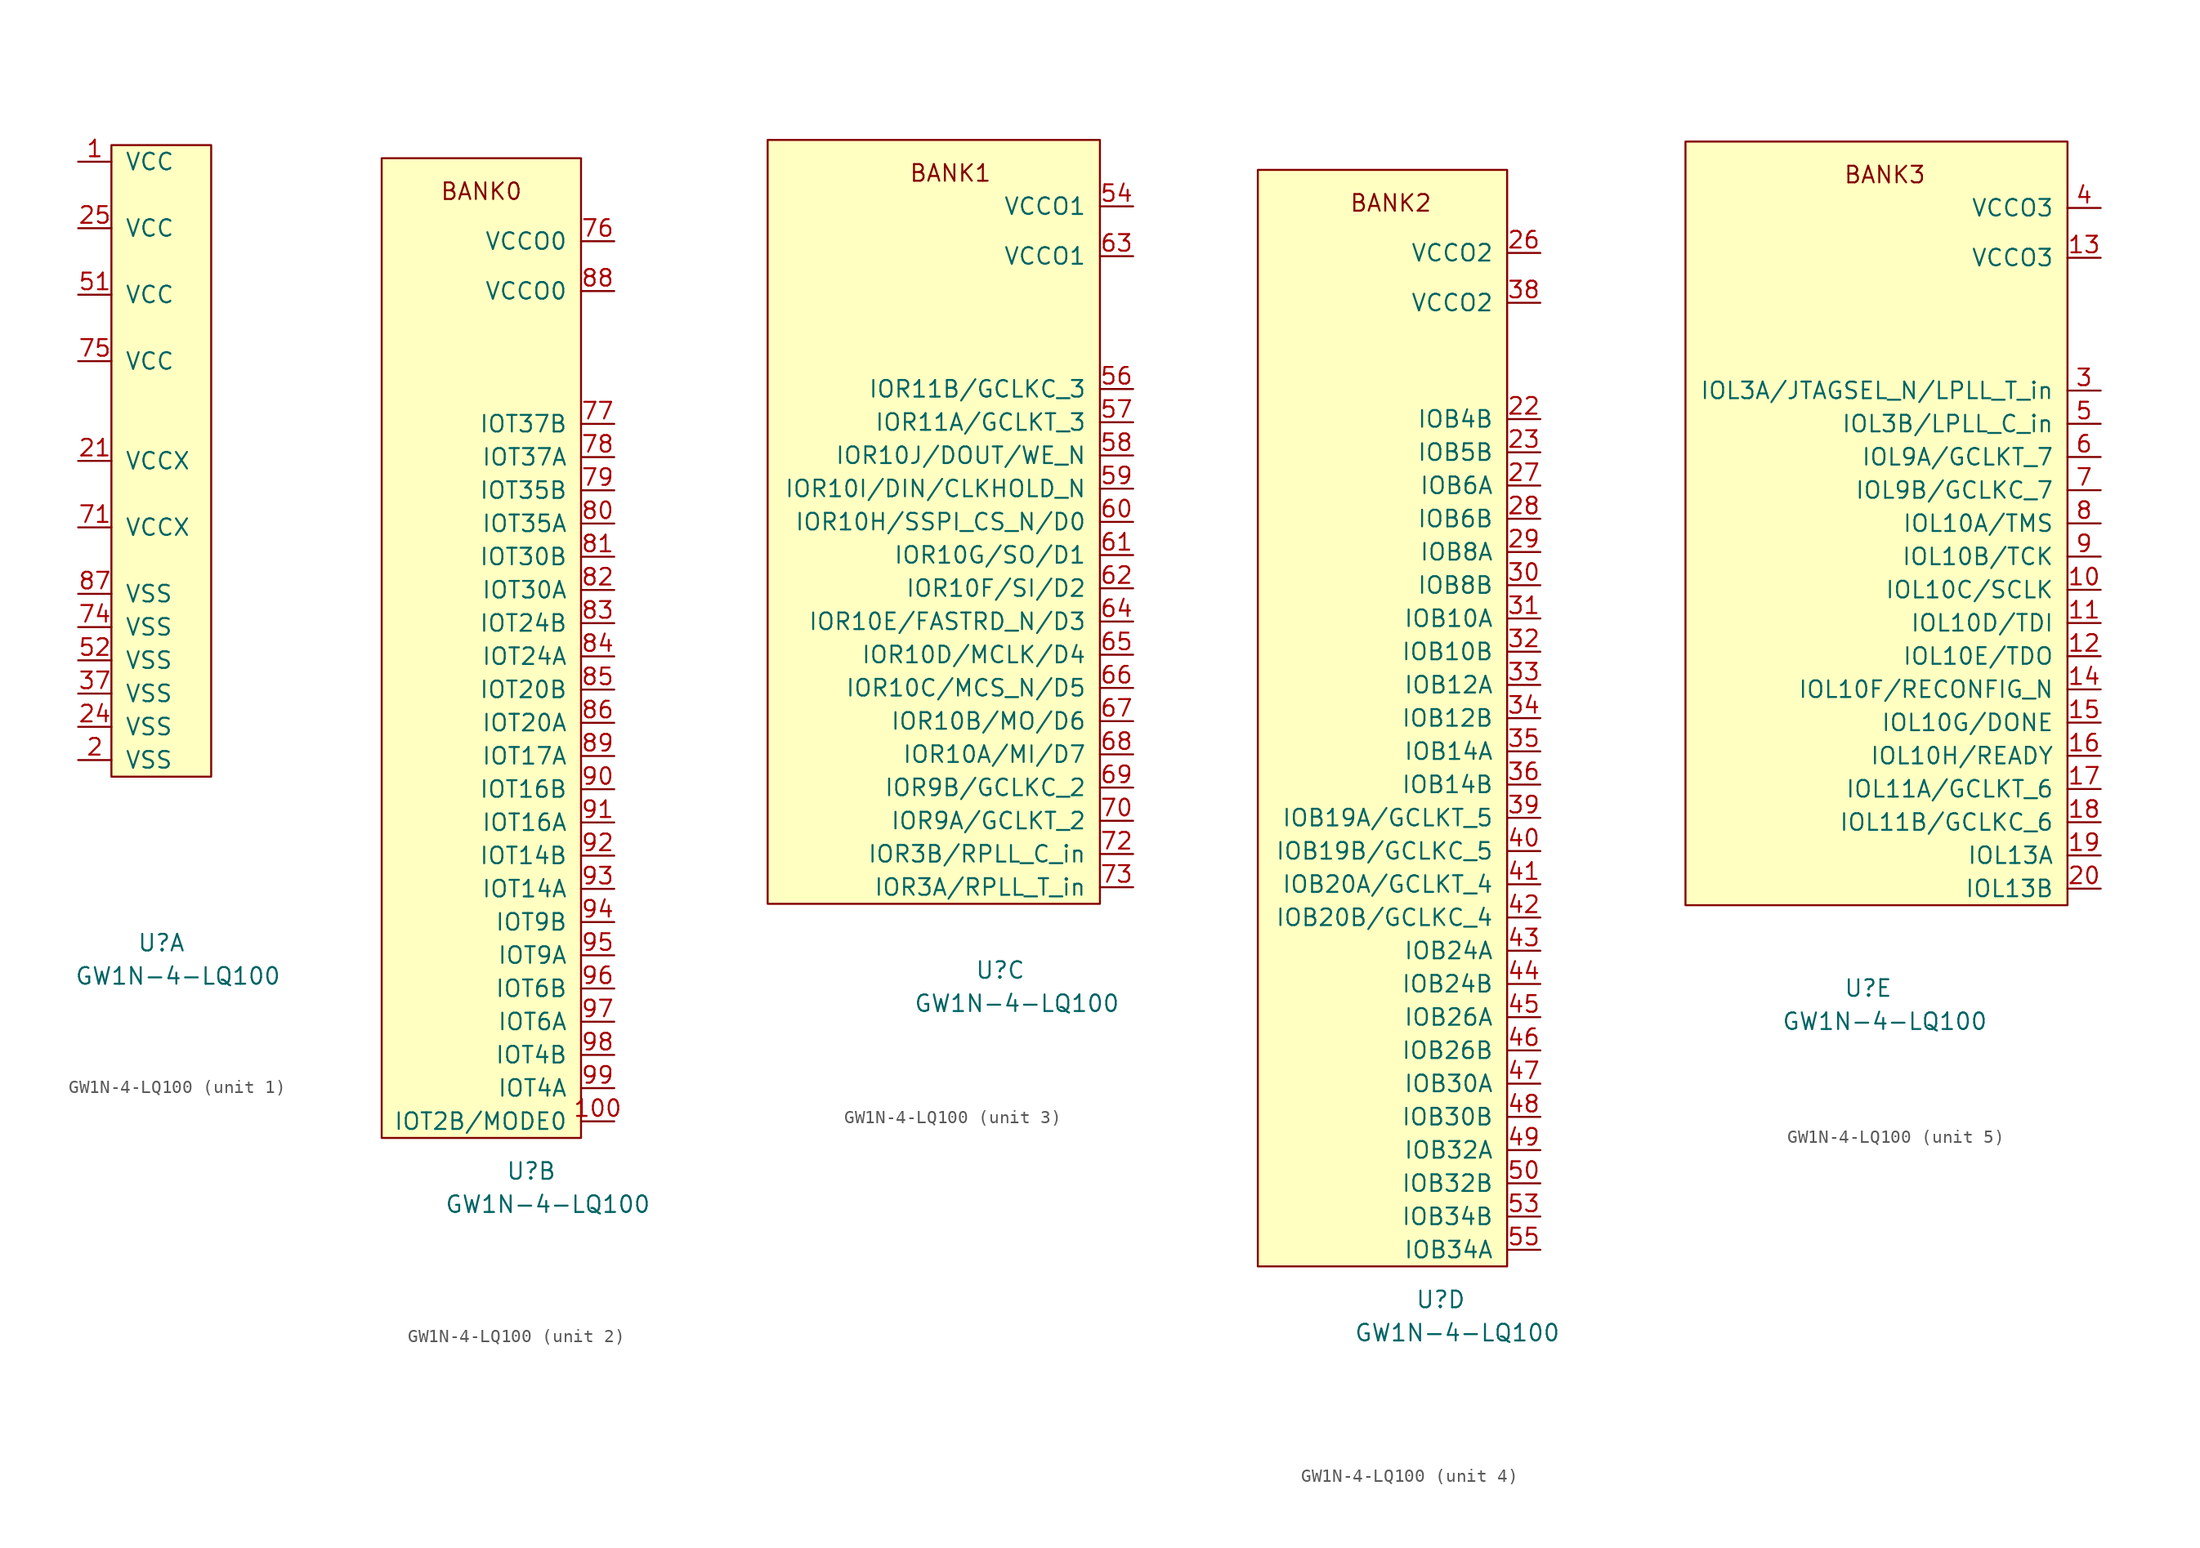
<source format=kicad_sym>
(kicad_symbol_lib
  (version 20211014)
  (generator kicad_symbol_editor)
  (symbol "GW1N-4-LQ100"
    (pin_names
      (offset 1.016))
    (property "Reference" "U"
      (at 0 -34.29 0)
      (effects (font (size 1.27 1.27))))
    (property "Value" "GW1N-4-LQ100"
      (at 1.27 -36.83 0)
      (effects (font (size 1.27 1.27))))
    (property "ki_locked" ""
      (at 0 0 0)
      (effects (font (size 1.27 1.27))))
    (symbol "GW1N-4-LQ100_1_1"
      (rectangle (start 3.81 -21.59) (end -3.81 26.67) (stroke (width 0) (type default) (color 0 0 0 0)) (fill (type background)))
      (pin power_in line (at -6.35 25.4 0) (length 2.54) (name "VCC" (effects (font (size 1.27 1.27)))) (number "1" (effects (font (size 1.27 1.27)))))
      (pin power_in line (at -6.35 -20.32 0) (length 2.54) (name "VSS" (effects (font (size 1.27 1.27)))) (number "2" (effects (font (size 1.27 1.27)))))
      (pin power_in line (at -6.35 2.54 0) (length 2.54) (name "VCCX" (effects (font (size 1.27 1.27)))) (number "21" (effects (font (size 1.27 1.27)))))
      (pin power_in line (at -6.35 -17.78 0) (length 2.54) (name "VSS" (effects (font (size 1.27 1.27)))) (number "24" (effects (font (size 1.27 1.27)))))
      (pin power_in line (at -6.35 20.32 0) (length 2.54) (name "VCC" (effects (font (size 1.27 1.27)))) (number "25" (effects (font (size 1.27 1.27)))))
      (pin power_in line (at -6.35 -15.24 0) (length 2.54) (name "VSS" (effects (font (size 1.27 1.27)))) (number "37" (effects (font (size 1.27 1.27)))))
      (pin power_in line (at -6.35 15.24 0) (length 2.54) (name "VCC" (effects (font (size 1.27 1.27)))) (number "51" (effects (font (size 1.27 1.27)))))
      (pin power_in line (at -6.35 -12.7 0) (length 2.54) (name "VSS" (effects (font (size 1.27 1.27)))) (number "52" (effects (font (size 1.27 1.27)))))
      (pin power_in line (at -6.35 -2.54 0) (length 2.54) (name "VCCX" (effects (font (size 1.27 1.27)))) (number "71" (effects (font (size 1.27 1.27)))))
      (pin power_in line (at -6.35 -10.16 0) (length 2.54) (name "VSS" (effects (font (size 1.27 1.27)))) (number "74" (effects (font (size 1.27 1.27)))))
      (pin power_in line (at -6.35 10.16 0) (length 2.54) (name "VCC" (effects (font (size 1.27 1.27)))) (number "75" (effects (font (size 1.27 1.27)))))
      (pin power_in line (at -6.35 -7.62 0) (length 2.54) (name "VSS" (effects (font (size 1.27 1.27)))) (number "87" (effects (font (size 1.27 1.27))))))
    (symbol "GW1N-4-LQ100_2_0"
      (text "BANK0" (at -3.81 40.64 0) (effects (font (size 1.27 1.27)))))
    (symbol "GW1N-4-LQ100_2_1"
      (rectangle (start 3.81 43.18) (end -11.43 -31.75) (stroke (width 0) (type default) (color 0 0 0 0)) (fill (type background)))
      (pin passive line (at 6.35 -30.48 180) (length 2.54) (name "IOT2B/MODE0" (effects (font (size 1.27 1.27)))) (number "100" (effects (font (size 1.27 1.27)))))
      (pin power_in line (at 6.35 36.83 180) (length 2.54) (name "VCCO0" (effects (font (size 1.27 1.27)))) (number "76" (effects (font (size 1.27 1.27)))))
      (pin passive line (at 6.35 22.86 180) (length 2.54) (name "IOT37B" (effects (font (size 1.27 1.27)))) (number "77" (effects (font (size 1.27 1.27)))))
      (pin passive line (at 6.35 20.32 180) (length 2.54) (name "IOT37A" (effects (font (size 1.27 1.27)))) (number "78" (effects (font (size 1.27 1.27)))))
      (pin passive line (at 6.35 17.78 180) (length 2.54) (name "IOT35B" (effects (font (size 1.27 1.27)))) (number "79" (effects (font (size 1.27 1.27)))))
      (pin passive line (at 6.35 15.24 180) (length 2.54) (name "IOT35A" (effects (font (size 1.27 1.27)))) (number "80" (effects (font (size 1.27 1.27)))))
      (pin passive line (at 6.35 12.7 180) (length 2.54) (name "IOT30B" (effects (font (size 1.27 1.27)))) (number "81" (effects (font (size 1.27 1.27)))))
      (pin passive line (at 6.35 10.16 180) (length 2.54) (name "IOT30A" (effects (font (size 1.27 1.27)))) (number "82" (effects (font (size 1.27 1.27)))))
      (pin passive line (at 6.35 7.62 180) (length 2.54) (name "IOT24B" (effects (font (size 1.27 1.27)))) (number "83" (effects (font (size 1.27 1.27)))))
      (pin passive line (at 6.35 5.08 180) (length 2.54) (name "IOT24A" (effects (font (size 1.27 1.27)))) (number "84" (effects (font (size 1.27 1.27)))))
      (pin passive line (at 6.35 2.54 180) (length 2.54) (name "IOT20B" (effects (font (size 1.27 1.27)))) (number "85" (effects (font (size 1.27 1.27)))))
      (pin passive line (at 6.35 0 180) (length 2.54) (name "IOT20A" (effects (font (size 1.27 1.27)))) (number "86" (effects (font (size 1.27 1.27)))))
      (pin power_in line (at 6.35 33.02 180) (length 2.54) (name "VCCO0" (effects (font (size 1.27 1.27)))) (number "88" (effects (font (size 1.27 1.27)))))
      (pin passive line (at 6.35 -2.54 180) (length 2.54) (name "IOT17A" (effects (font (size 1.27 1.27)))) (number "89" (effects (font (size 1.27 1.27)))))
      (pin passive line (at 6.35 -5.08 180) (length 2.54) (name "IOT16B" (effects (font (size 1.27 1.27)))) (number "90" (effects (font (size 1.27 1.27)))))
      (pin passive line (at 6.35 -7.62 180) (length 2.54) (name "IOT16A" (effects (font (size 1.27 1.27)))) (number "91" (effects (font (size 1.27 1.27)))))
      (pin passive line (at 6.35 -10.16 180) (length 2.54) (name "IOT14B" (effects (font (size 1.27 1.27)))) (number "92" (effects (font (size 1.27 1.27)))))
      (pin passive line (at 6.35 -12.7 180) (length 2.54) (name "IOT14A" (effects (font (size 1.27 1.27)))) (number "93" (effects (font (size 1.27 1.27)))))
      (pin passive line (at 6.35 -15.24 180) (length 2.54) (name "IOT9B" (effects (font (size 1.27 1.27)))) (number "94" (effects (font (size 1.27 1.27)))))
      (pin passive line (at 6.35 -17.78 180) (length 2.54) (name "IOT9A" (effects (font (size 1.27 1.27)))) (number "95" (effects (font (size 1.27 1.27)))))
      (pin passive line (at 6.35 -20.32 180) (length 2.54) (name "IOT6B" (effects (font (size 1.27 1.27)))) (number "96" (effects (font (size 1.27 1.27)))))
      (pin passive line (at 6.35 -22.86 180) (length 2.54) (name "IOT6A" (effects (font (size 1.27 1.27)))) (number "97" (effects (font (size 1.27 1.27)))))
      (pin passive line (at 6.35 -25.4 180) (length 2.54) (name "IOT4B" (effects (font (size 1.27 1.27)))) (number "98" (effects (font (size 1.27 1.27)))))
      (pin passive line (at 6.35 -27.94 180) (length 2.54) (name "IOT4A" (effects (font (size 1.27 1.27)))) (number "99" (effects (font (size 1.27 1.27))))))
    (symbol "GW1N-4-LQ100_3_0"
      (rectangle (start 7.62 -29.21) (end -17.78 29.21) (stroke (width 0) (type default) (color 0 0 0 0)) (fill (type background)))
      (text "BANK1" (at -3.81 26.67 0) (effects (font (size 1.27 1.27)))))
    (symbol "GW1N-4-LQ100_3_1"
      (pin power_in line (at 10.16 24.13 180) (length 2.54) (name "VCCO1" (effects (font (size 1.27 1.27)))) (number "54" (effects (font (size 1.27 1.27)))))
      (pin passive line (at 10.16 10.16 180) (length 2.54) (name "IOR11B/GCLKC_3" (effects (font (size 1.27 1.27)))) (number "56" (effects (font (size 1.27 1.27)))))
      (pin passive line (at 10.16 7.62 180) (length 2.54) (name "IOR11A/GCLKT_3" (effects (font (size 1.27 1.27)))) (number "57" (effects (font (size 1.27 1.27)))))
      (pin passive line (at 10.16 5.08 180) (length 2.54) (name "IOR10J/DOUT/WE_N" (effects (font (size 1.27 1.27)))) (number "58" (effects (font (size 1.27 1.27)))))
      (pin passive line (at 10.16 2.54 180) (length 2.54) (name "IOR10I/DIN/CLKHOLD_N" (effects (font (size 1.27 1.27)))) (number "59" (effects (font (size 1.27 1.27)))))
      (pin passive line (at 10.16 0 180) (length 2.54) (name "IOR10H/SSPI_CS_N/D0" (effects (font (size 1.27 1.27)))) (number "60" (effects (font (size 1.27 1.27)))))
      (pin passive line (at 10.16 -2.54 180) (length 2.54) (name "IOR10G/SO/D1" (effects (font (size 1.27 1.27)))) (number "61" (effects (font (size 1.27 1.27)))))
      (pin passive line (at 10.16 -5.08 180) (length 2.54) (name "IOR10F/SI/D2" (effects (font (size 1.27 1.27)))) (number "62" (effects (font (size 1.27 1.27)))))
      (pin power_in line (at 10.16 20.32 180) (length 2.54) (name "VCCO1" (effects (font (size 1.27 1.27)))) (number "63" (effects (font (size 1.27 1.27)))))
      (pin passive line (at 10.16 -7.62 180) (length 2.54) (name "IOR10E/FASTRD_N/D3" (effects (font (size 1.27 1.27)))) (number "64" (effects (font (size 1.27 1.27)))))
      (pin passive line (at 10.16 -10.16 180) (length 2.54) (name "IOR10D/MCLK/D4" (effects (font (size 1.27 1.27)))) (number "65" (effects (font (size 1.27 1.27)))))
      (pin passive line (at 10.16 -12.7 180) (length 2.54) (name "IOR10C/MCS_N/D5" (effects (font (size 1.27 1.27)))) (number "66" (effects (font (size 1.27 1.27)))))
      (pin passive line (at 10.16 -15.24 180) (length 2.54) (name "IOR10B/MO/D6" (effects (font (size 1.27 1.27)))) (number "67" (effects (font (size 1.27 1.27)))))
      (pin passive line (at 10.16 -17.78 180) (length 2.54) (name "IOR10A/MI/D7" (effects (font (size 1.27 1.27)))) (number "68" (effects (font (size 1.27 1.27)))))
      (pin passive line (at 10.16 -20.32 180) (length 2.54) (name "IOR9B/GCLKC_2" (effects (font (size 1.27 1.27)))) (number "69" (effects (font (size 1.27 1.27)))))
      (pin passive line (at 10.16 -22.86 180) (length 2.54) (name "IOR9A/GCLKT_2" (effects (font (size 1.27 1.27)))) (number "70" (effects (font (size 1.27 1.27)))))
      (pin passive line (at 10.16 -25.4 180) (length 2.54) (name "IOR3B/RPLL_C_in" (effects (font (size 1.27 1.27)))) (number "72" (effects (font (size 1.27 1.27)))))
      (pin passive line (at 10.16 -27.94 180) (length 2.54) (name "IOR3A/RPLL_T_in" (effects (font (size 1.27 1.27)))) (number "73" (effects (font (size 1.27 1.27))))))
    (symbol "GW1N-4-LQ100_4_0"
      (rectangle (start 5.08 -31.75) (end -13.97 52.07) (stroke (width 0) (type default) (color 0 0 0 0)) (fill (type background)))
      (text "BANK2" (at -3.81 49.53 0) (effects (font (size 1.27 1.27)))))
    (symbol "GW1N-4-LQ100_4_1"
      (pin passive line (at 7.62 33.02 180) (length 2.54) (name "IOB4B" (effects (font (size 1.27 1.27)))) (number "22" (effects (font (size 1.27 1.27)))))
      (pin passive line (at 7.62 30.48 180) (length 2.54) (name "IOB5B" (effects (font (size 1.27 1.27)))) (number "23" (effects (font (size 1.27 1.27)))))
      (pin power_in line (at 7.62 45.72 180) (length 2.54) (name "VCCO2" (effects (font (size 1.27 1.27)))) (number "26" (effects (font (size 1.27 1.27)))))
      (pin passive line (at 7.62 27.94 180) (length 2.54) (name "IOB6A" (effects (font (size 1.27 1.27)))) (number "27" (effects (font (size 1.27 1.27)))))
      (pin passive line (at 7.62 25.4 180) (length 2.54) (name "IOB6B" (effects (font (size 1.27 1.27)))) (number "28" (effects (font (size 1.27 1.27)))))
      (pin passive line (at 7.62 22.86 180) (length 2.54) (name "IOB8A" (effects (font (size 1.27 1.27)))) (number "29" (effects (font (size 1.27 1.27)))))
      (pin passive line (at 7.62 20.32 180) (length 2.54) (name "IOB8B" (effects (font (size 1.27 1.27)))) (number "30" (effects (font (size 1.27 1.27)))))
      (pin passive line (at 7.62 17.78 180) (length 2.54) (name "IOB10A" (effects (font (size 1.27 1.27)))) (number "31" (effects (font (size 1.27 1.27)))))
      (pin passive line (at 7.62 15.24 180) (length 2.54) (name "IOB10B" (effects (font (size 1.27 1.27)))) (number "32" (effects (font (size 1.27 1.27)))))
      (pin passive line (at 7.62 12.7 180) (length 2.54) (name "IOB12A" (effects (font (size 1.27 1.27)))) (number "33" (effects (font (size 1.27 1.27)))))
      (pin passive line (at 7.62 10.16 180) (length 2.54) (name "IOB12B" (effects (font (size 1.27 1.27)))) (number "34" (effects (font (size 1.27 1.27)))))
      (pin passive line (at 7.62 7.62 180) (length 2.54) (name "IOB14A" (effects (font (size 1.27 1.27)))) (number "35" (effects (font (size 1.27 1.27)))))
      (pin passive line (at 7.62 5.08 180) (length 2.54) (name "IOB14B" (effects (font (size 1.27 1.27)))) (number "36" (effects (font (size 1.27 1.27)))))
      (pin power_in line (at 7.62 41.91 180) (length 2.54) (name "VCCO2" (effects (font (size 1.27 1.27)))) (number "38" (effects (font (size 1.27 1.27)))))
      (pin passive line (at 7.62 2.54 180) (length 2.54) (name "IOB19A/GCLKT_5" (effects (font (size 1.27 1.27)))) (number "39" (effects (font (size 1.27 1.27)))))
      (pin passive line (at 7.62 0 180) (length 2.54) (name "IOB19B/GCLKC_5" (effects (font (size 1.27 1.27)))) (number "40" (effects (font (size 1.27 1.27)))))
      (pin passive line (at 7.62 -2.54 180) (length 2.54) (name "IOB20A/GCLKT_4" (effects (font (size 1.27 1.27)))) (number "41" (effects (font (size 1.27 1.27)))))
      (pin passive line (at 7.62 -5.08 180) (length 2.54) (name "IOB20B/GCLKC_4" (effects (font (size 1.27 1.27)))) (number "42" (effects (font (size 1.27 1.27)))))
      (pin passive line (at 7.62 -7.62 180) (length 2.54) (name "IOB24A" (effects (font (size 1.27 1.27)))) (number "43" (effects (font (size 1.27 1.27)))))
      (pin passive line (at 7.62 -10.16 180) (length 2.54) (name "IOB24B" (effects (font (size 1.27 1.27)))) (number "44" (effects (font (size 1.27 1.27)))))
      (pin passive line (at 7.62 -12.7 180) (length 2.54) (name "IOB26A" (effects (font (size 1.27 1.27)))) (number "45" (effects (font (size 1.27 1.27)))))
      (pin passive line (at 7.62 -15.24 180) (length 2.54) (name "IOB26B" (effects (font (size 1.27 1.27)))) (number "46" (effects (font (size 1.27 1.27)))))
      (pin passive line (at 7.62 -17.78 180) (length 2.54) (name "IOB30A" (effects (font (size 1.27 1.27)))) (number "47" (effects (font (size 1.27 1.27)))))
      (pin passive line (at 7.62 -20.32 180) (length 2.54) (name "IOB30B" (effects (font (size 1.27 1.27)))) (number "48" (effects (font (size 1.27 1.27)))))
      (pin passive line (at 7.62 -22.86 180) (length 2.54) (name "IOB32A" (effects (font (size 1.27 1.27)))) (number "49" (effects (font (size 1.27 1.27)))))
      (pin passive line (at 7.62 -25.4 180) (length 2.54) (name "IOB32B" (effects (font (size 1.27 1.27)))) (number "50" (effects (font (size 1.27 1.27)))))
      (pin passive line (at 7.62 -27.94 180) (length 2.54) (name "IOB34B" (effects (font (size 1.27 1.27)))) (number "53" (effects (font (size 1.27 1.27)))))
      (pin passive line (at 7.62 -30.48 180) (length 2.54) (name "IOB34A" (effects (font (size 1.27 1.27)))) (number "55" (effects (font (size 1.27 1.27))))))
    (symbol "GW1N-4-LQ100_5_0"
      (rectangle (start 15.24 -27.94) (end -13.97 30.48) (stroke (width 0) (type default) (color 0 0 0 0)) (fill (type background)))
      (text "BANK3" (at 1.27 27.94 0) (effects (font (size 1.27 1.27)))))
    (symbol "GW1N-4-LQ100_5_1"
      (pin passive line (at 17.78 -3.81 180) (length 2.54) (name "IOL10C/SCLK" (effects (font (size 1.27 1.27)))) (number "10" (effects (font (size 1.27 1.27)))))
      (pin passive line (at 17.78 -6.35 180) (length 2.54) (name "IOL10D/TDI" (effects (font (size 1.27 1.27)))) (number "11" (effects (font (size 1.27 1.27)))))
      (pin passive line (at 17.78 -8.89 180) (length 2.54) (name "IOL10E/TDO" (effects (font (size 1.27 1.27)))) (number "12" (effects (font (size 1.27 1.27)))))
      (pin power_in line (at 17.78 21.59 180) (length 2.54) (name "VCCO3" (effects (font (size 1.27 1.27)))) (number "13" (effects (font (size 1.27 1.27)))))
      (pin passive line (at 17.78 -11.43 180) (length 2.54) (name "IOL10F/RECONFIG_N" (effects (font (size 1.27 1.27)))) (number "14" (effects (font (size 1.27 1.27)))))
      (pin passive line (at 17.78 -13.97 180) (length 2.54) (name "IOL10G/DONE" (effects (font (size 1.27 1.27)))) (number "15" (effects (font (size 1.27 1.27)))))
      (pin passive line (at 17.78 -16.51 180) (length 2.54) (name "IOL10H/READY" (effects (font (size 1.27 1.27)))) (number "16" (effects (font (size 1.27 1.27)))))
      (pin passive line (at 17.78 -19.05 180) (length 2.54) (name "IOL11A/GCLKT_6" (effects (font (size 1.27 1.27)))) (number "17" (effects (font (size 1.27 1.27)))))
      (pin passive line (at 17.78 -21.59 180) (length 2.54) (name "IOL11B/GCLKC_6" (effects (font (size 1.27 1.27)))) (number "18" (effects (font (size 1.27 1.27)))))
      (pin passive line (at 17.78 -24.13 180) (length 2.54) (name "IOL13A" (effects (font (size 1.27 1.27)))) (number "19" (effects (font (size 1.27 1.27)))))
      (pin passive line (at 17.78 -26.67 180) (length 2.54) (name "IOL13B" (effects (font (size 1.27 1.27)))) (number "20" (effects (font (size 1.27 1.27)))))
      (pin passive line (at 17.78 11.43 180) (length 2.54) (name "IOL3A/JTAGSEL_N/LPLL_T_in" (effects (font (size 1.27 1.27)))) (number "3" (effects (font (size 1.27 1.27)))))
      (pin power_in line (at 17.78 25.4 180) (length 2.54) (name "VCCO3" (effects (font (size 1.27 1.27)))) (number "4" (effects (font (size 1.27 1.27)))))
      (pin passive line (at 17.78 8.89 180) (length 2.54) (name "IOL3B/LPLL_C_in" (effects (font (size 1.27 1.27)))) (number "5" (effects (font (size 1.27 1.27)))))
      (pin passive line (at 17.78 6.35 180) (length 2.54) (name "IOL9A/GCLKT_7" (effects (font (size 1.27 1.27)))) (number "6" (effects (font (size 1.27 1.27)))))
      (pin passive line (at 17.78 3.81 180) (length 2.54) (name "IOL9B/GCLKC_7" (effects (font (size 1.27 1.27)))) (number "7" (effects (font (size 1.27 1.27)))))
      (pin passive line (at 17.78 1.27 180) (length 2.54) (name "IOL10A/TMS" (effects (font (size 1.27 1.27)))) (number "8" (effects (font (size 1.27 1.27)))))
      (pin passive line (at 17.78 -1.27 180) (length 2.54) (name "IOL10B/TCK" (effects (font (size 1.27 1.27)))) (number "9" (effects (font (size 1.27 1.27))))))))
</source>
